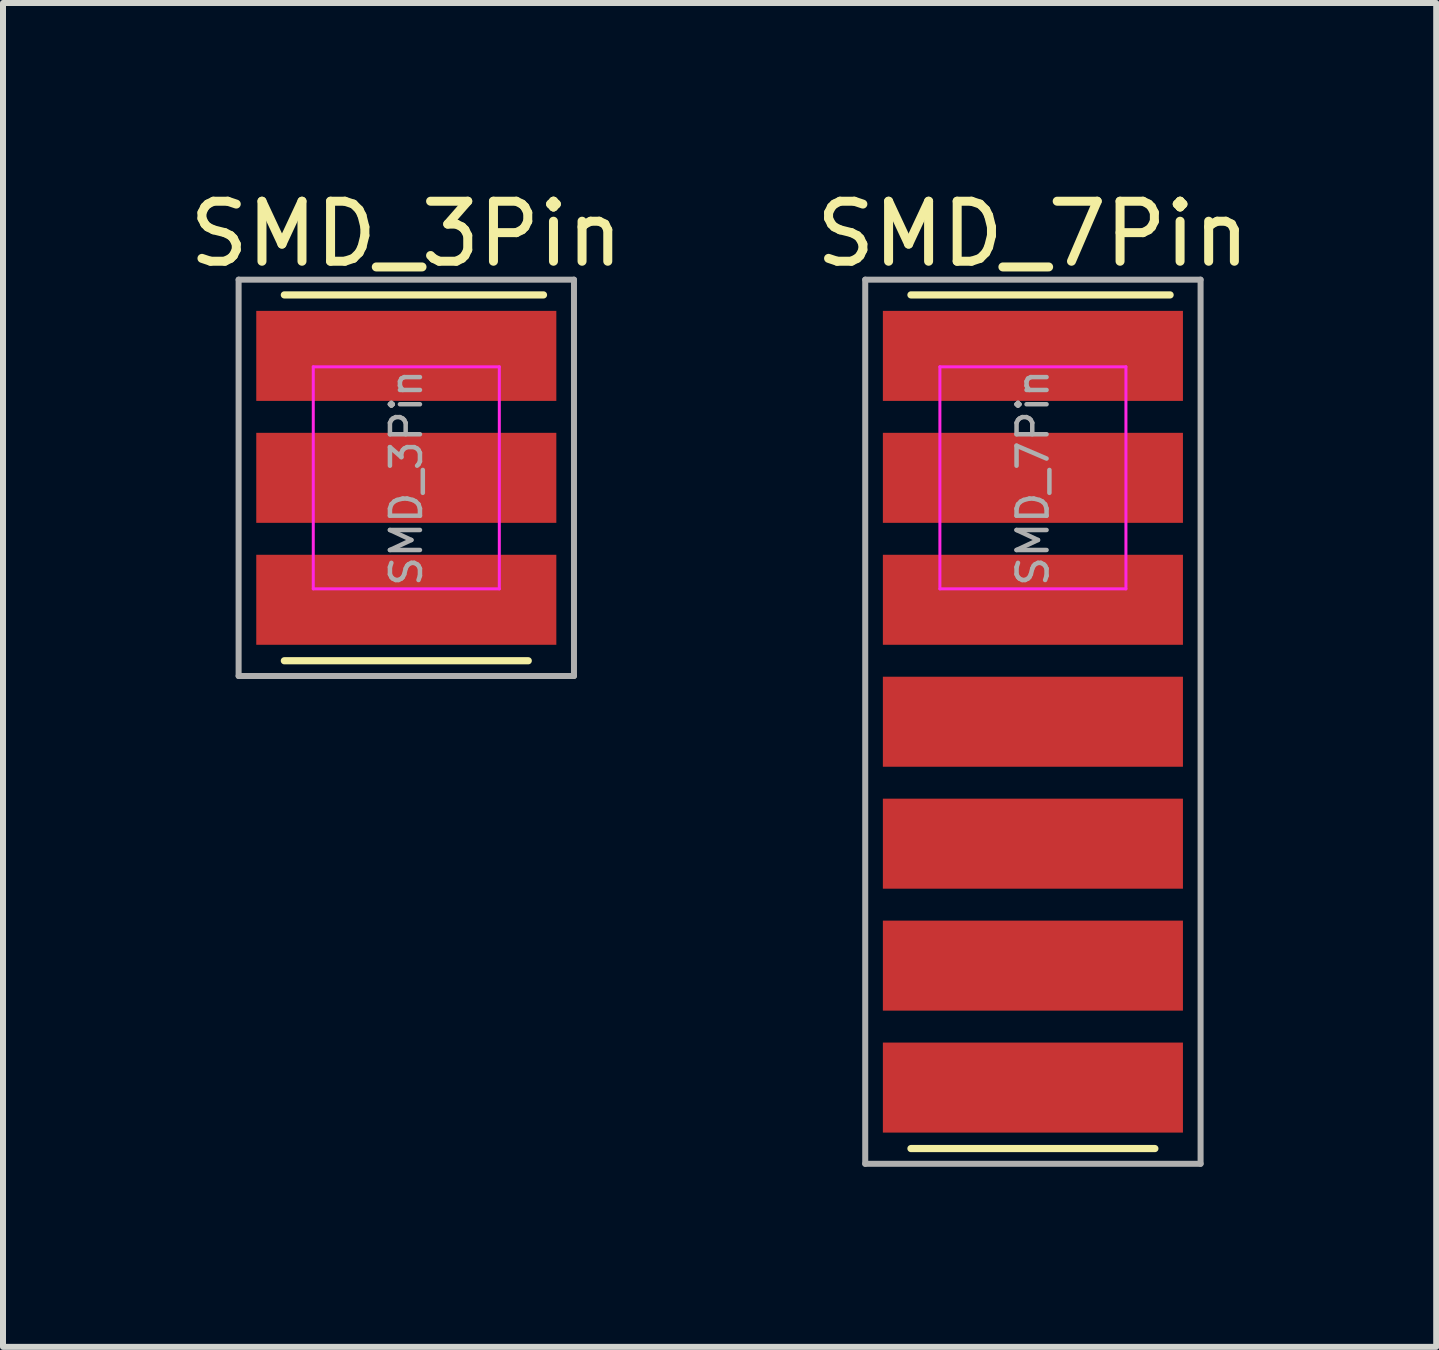
<source format=kicad_pcb>
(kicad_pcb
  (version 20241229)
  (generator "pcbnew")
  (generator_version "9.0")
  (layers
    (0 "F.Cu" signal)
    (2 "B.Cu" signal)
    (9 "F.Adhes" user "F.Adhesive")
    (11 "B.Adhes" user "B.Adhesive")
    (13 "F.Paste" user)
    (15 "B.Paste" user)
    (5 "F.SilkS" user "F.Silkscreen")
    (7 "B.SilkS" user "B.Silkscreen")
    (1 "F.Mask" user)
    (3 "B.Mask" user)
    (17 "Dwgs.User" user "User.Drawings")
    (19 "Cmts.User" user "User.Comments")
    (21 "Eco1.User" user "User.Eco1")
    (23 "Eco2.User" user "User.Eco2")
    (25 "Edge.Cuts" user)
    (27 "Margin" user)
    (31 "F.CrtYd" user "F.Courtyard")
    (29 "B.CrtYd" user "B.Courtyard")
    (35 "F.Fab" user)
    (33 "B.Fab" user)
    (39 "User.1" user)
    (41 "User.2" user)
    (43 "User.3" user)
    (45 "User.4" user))
  (footprint "SMD_7Pin"
    (layer "F.Cu")
    (at 14.161 8.976)
    (property "Reference" "SMD_7Pin" (at 0 -8.128 0) (layer "F.SilkS") (effects (font (size 1 1) (thickness 0.15))))
    (attr smd)
    (fp_line (start 2.032 7.112) (end -2.032 7.112) (stroke (width 0.12) (type solid)) (layer "F.SilkS"))
    (fp_line (start 2.286 -7.112) (end -2.032 -7.112) (stroke (width 0.12) (type solid)) (layer "F.SilkS"))
    (fp_line (start -1.55 -5.914) (end -1.55 -2.214) (stroke (width 0.05) (type solid)) (layer "F.CrtYd"))
    (fp_line (start -1.55 -5.914) (end 1.55 -5.914) (stroke (width 0.05) (type solid)) (layer "F.CrtYd"))
    (fp_line (start 1.55 -2.214) (end -1.55 -2.214) (stroke (width 0.05) (type solid)) (layer "F.CrtYd"))
    (fp_line (start 1.55 -2.214) (end 1.55 -5.914) (stroke (width 0.05) (type solid)) (layer "F.CrtYd"))
    (fp_line (start -2.794 -7.366) (end 2.794 -7.366) (stroke (width 0.1) (type solid)) (layer "F.Fab"))
    (fp_line (start -2.794 7.366) (end -2.794 -7.366) (stroke (width 0.1) (type solid)) (layer "F.Fab"))
    (fp_line (start 2.794 -7.366) (end 2.794 7.366) (stroke (width 0.1) (type solid)) (layer "F.Fab"))
    (fp_line (start 2.794 7.366) (end -2.794 7.366) (stroke (width 0.1) (type solid)) (layer "F.Fab"))
    (fp_text user "${REFERENCE}" (at 0 -4.064 90) (layer "F.Fab") (effects (font (size 0.5 0.5) (thickness 0.075))))
    (pad "1" smd rect (at 0 -6.096) (size 5 1.5) (layers "F.Cu" "F.Mask" "F.Paste"))
    (pad "2" smd rect (at 0 -4.064) (size 5 1.5) (layers "F.Cu" "F.Mask" "F.Paste"))
    (pad "3" smd rect (at 0 -2.032) (size 5 1.5) (layers "F.Cu" "F.Mask" "F.Paste"))
    (pad "4" smd rect (at 0 0) (size 5 1.5) (layers "F.Cu" "F.Mask" "F.Paste"))
    (pad "5" smd rect (at 0 2.032) (size 5 1.5) (layers "F.Cu" "F.Mask" "F.Paste"))
    (pad "6" smd rect (at 0 4.064) (size 5 1.5) (layers "F.Cu" "F.Mask" "F.Paste"))
    (pad "7" smd rect (at 0 6.096) (size 5 1.5) (layers "F.Cu" "F.Mask" "F.Paste")))
  (footprint "SMD_3Pin"
    (layer "F.Cu")
    (at 3.72 4.912)
    (property "Reference" "SMD_3Pin" (at 0 -4.064 0) (layer "F.SilkS") (effects (font (size 1 1) (thickness 0.15))))
    (attr smd)
    (fp_line (start 2.032 3.048) (end -2.032 3.048) (stroke (width 0.12) (type solid)) (layer "F.SilkS"))
    (fp_line (start 2.286 -3.048) (end -2.032 -3.048) (stroke (width 0.12) (type solid)) (layer "F.SilkS"))
    (fp_line (start -1.55 -1.85) (end -1.55 1.85) (stroke (width 0.05) (type solid)) (layer "F.CrtYd"))
    (fp_line (start -1.55 -1.85) (end 1.55 -1.85) (stroke (width 0.05) (type solid)) (layer "F.CrtYd"))
    (fp_line (start 1.55 1.85) (end -1.55 1.85) (stroke (width 0.05) (type solid)) (layer "F.CrtYd"))
    (fp_line (start 1.55 1.85) (end 1.55 -1.85) (stroke (width 0.05) (type solid)) (layer "F.CrtYd"))
    (fp_line (start -2.794 -3.302) (end 2.794 -3.302) (stroke (width 0.1) (type solid)) (layer "F.Fab"))
    (fp_line (start -2.794 3.302) (end -2.794 -3.302) (stroke (width 0.1) (type solid)) (layer "F.Fab"))
    (fp_line (start 2.794 -3.302) (end 2.794 3.302) (stroke (width 0.1) (type solid)) (layer "F.Fab"))
    (fp_line (start 2.794 3.302) (end -2.794 3.302) (stroke (width 0.1) (type solid)) (layer "F.Fab"))
    (fp_text user "${REFERENCE}" (at 0 0 90) (layer "F.Fab") (effects (font (size 0.5 0.5) (thickness 0.075))))
    (pad "1" smd rect (at 0 -2.032) (size 5 1.5) (layers "F.Cu" "F.Mask" "F.Paste"))
    (pad "2" smd rect (at 0 0) (size 5 1.5) (layers "F.Cu" "F.Mask" "F.Paste"))
    (pad "3" smd rect (at 0 2.032) (size 5 1.5) (layers "F.Cu" "F.Mask" "F.Paste")))
  (gr_rect
    (start -3 -3)
    (end 20.881 19.392)
    (stroke (width 0.1) (type default))
    (fill no)
    (layer "Edge.Cuts")))
</source>
